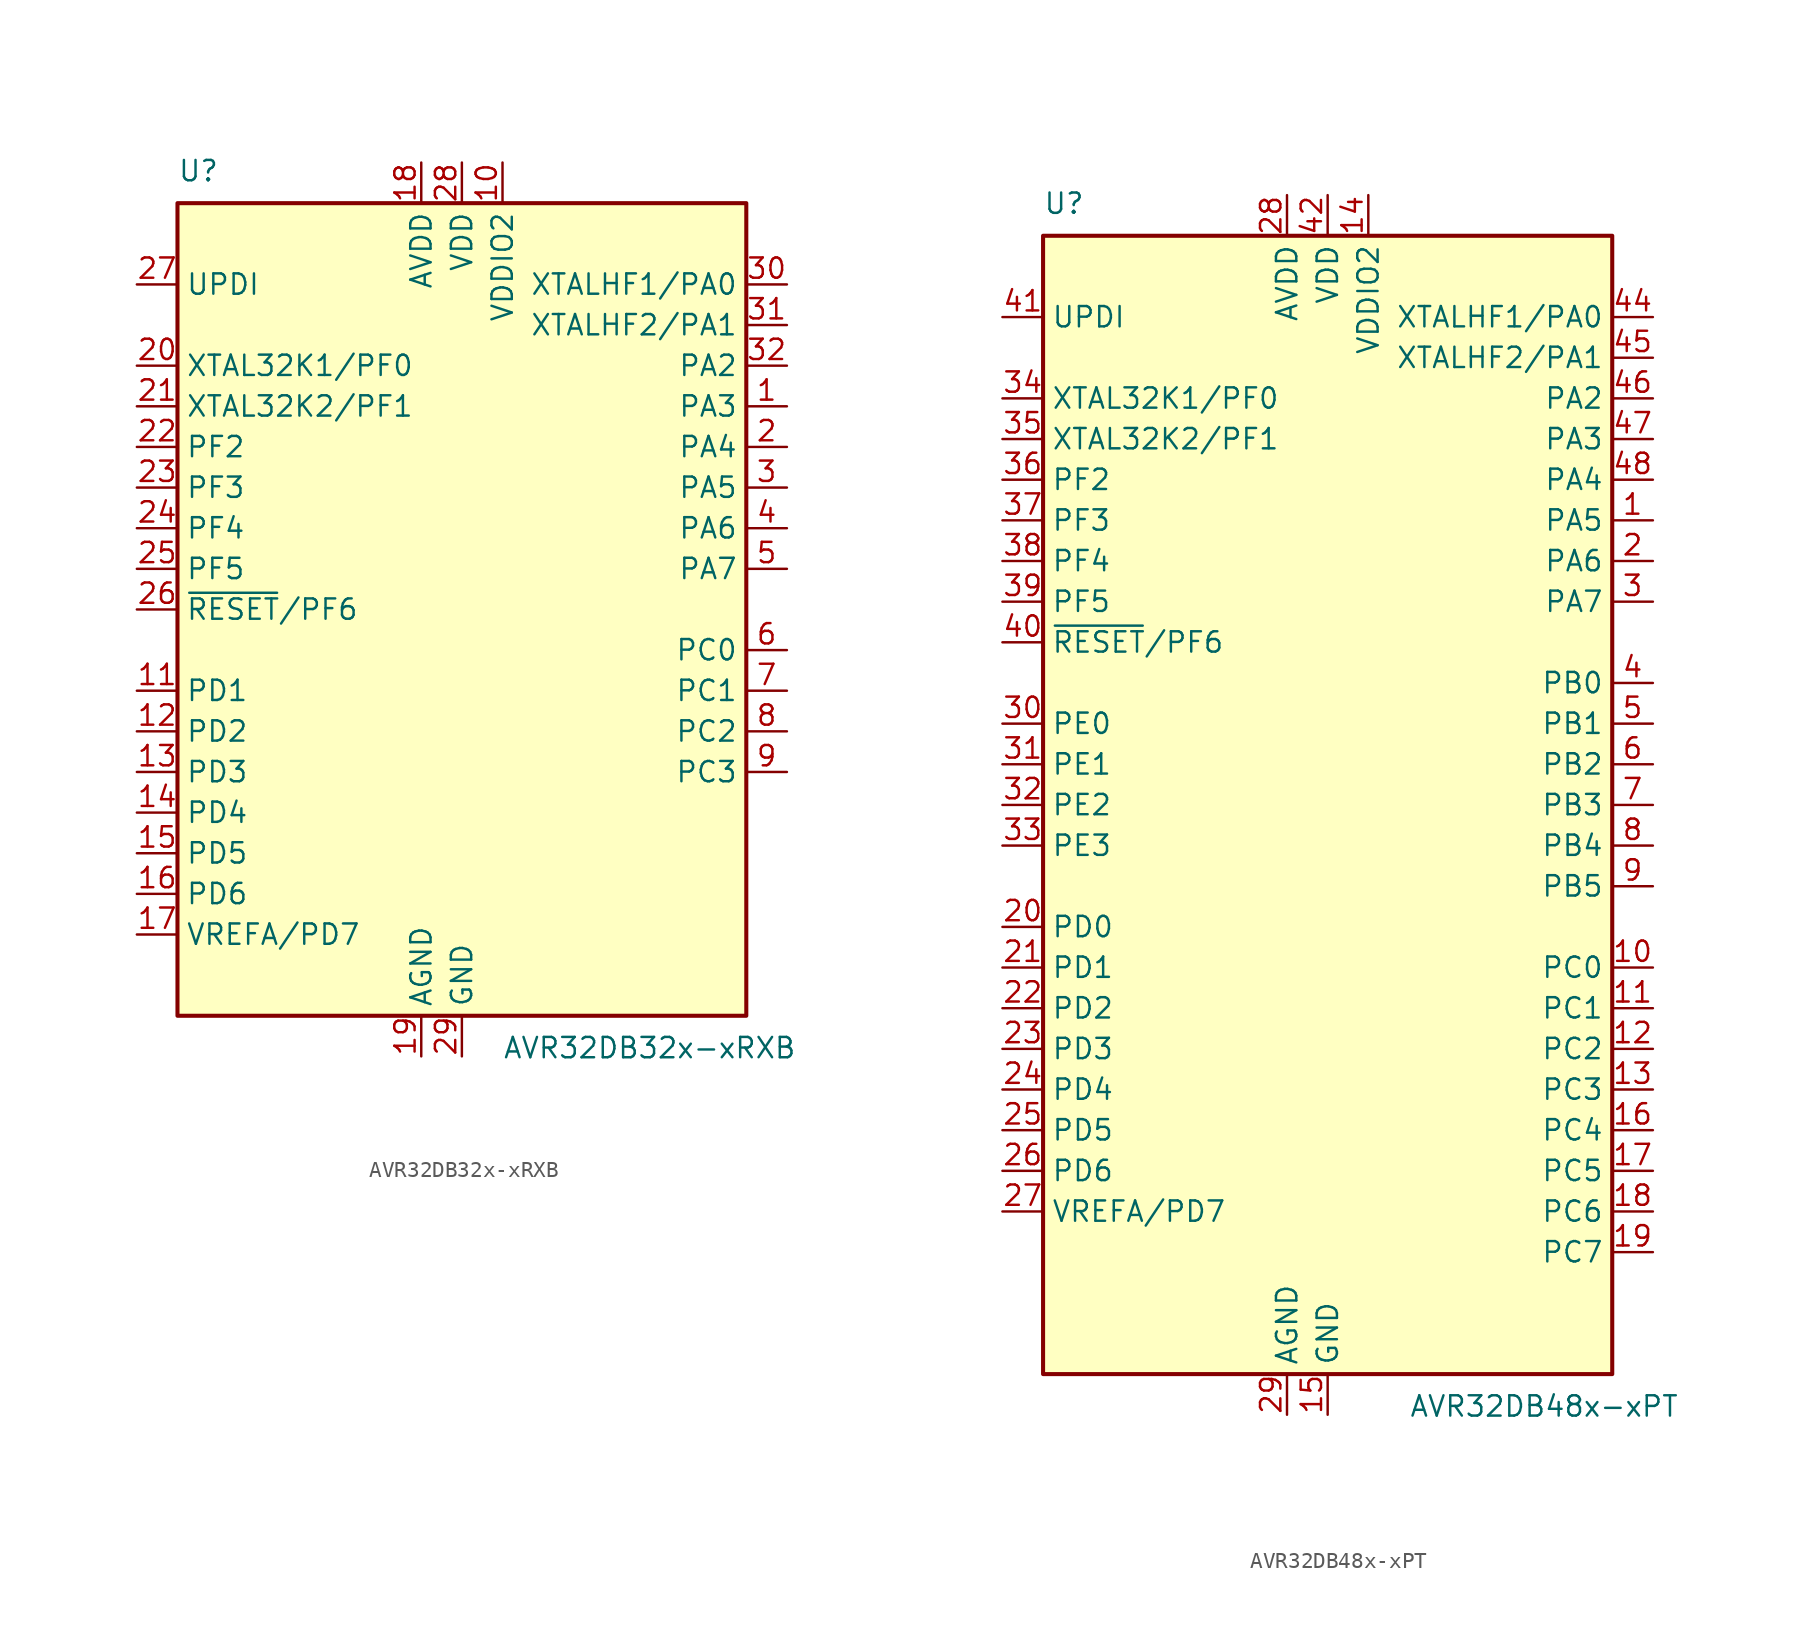
<source format=kicad_sym>
(kicad_symbol_lib
  (version 20241209)
  (generator "kicad_symbol_editor")
  (generator_version "9.0")
  (symbol "AVR32DB32x-xRXB"
    (property "Reference" "U"
      (at -17.78 26.67 0)
      (effects (font (size 1.27 1.27)) (justify left bottom)))
    (property "Value" "AVR32DB32x-xRXB"
      (at 2.54 -26.67 0)
      (effects (font (size 1.27 1.27)) (justify left top)))
    (symbol "AVR32DB32x-xRXB_0_1"
      (rectangle (start -17.78 25.4) (end 17.78 -25.4) (stroke (width 0.254) (type default)) (fill (type background))))
    (symbol "AVR32DB32x-xRXB_1_1"
      (pin input line (at -20.32 20.32 0) (length 2.54) (name "UPDI" (effects (font (size 1.27 1.27)))) (number "27" (effects (font (size 1.27 1.27)))))
      (pin bidirectional line (at -20.32 15.24 0) (length 2.54) (name "XTAL32K1/PF0" (effects (font (size 1.27 1.27)))) (number "20" (effects (font (size 1.27 1.27)))))
      (pin bidirectional line (at -20.32 12.7 0) (length 2.54) (name "XTAL32K2/PF1" (effects (font (size 1.27 1.27)))) (number "21" (effects (font (size 1.27 1.27)))))
      (pin bidirectional line (at -20.32 10.16 0) (length 2.54) (name "PF2" (effects (font (size 1.27 1.27)))) (number "22" (effects (font (size 1.27 1.27)))))
      (pin bidirectional line (at -20.32 7.62 0) (length 2.54) (name "PF3" (effects (font (size 1.27 1.27)))) (number "23" (effects (font (size 1.27 1.27)))))
      (pin bidirectional line (at -20.32 5.08 0) (length 2.54) (name "PF4" (effects (font (size 1.27 1.27)))) (number "24" (effects (font (size 1.27 1.27)))))
      (pin bidirectional line (at -20.32 2.54 0) (length 2.54) (name "PF5" (effects (font (size 1.27 1.27)))) (number "25" (effects (font (size 1.27 1.27)))))
      (pin input line (at -20.32 0 0) (length 2.54) (name "~{RESET}/PF6" (effects (font (size 1.27 1.27)))) (number "26" (effects (font (size 1.27 1.27)))))
      (pin bidirectional line (at -20.32 -5.08 0) (length 2.54) (name "PD1" (effects (font (size 1.27 1.27)))) (number "11" (effects (font (size 1.27 1.27)))))
      (pin bidirectional line (at -20.32 -7.62 0) (length 2.54) (name "PD2" (effects (font (size 1.27 1.27)))) (number "12" (effects (font (size 1.27 1.27)))))
      (pin bidirectional line (at -20.32 -10.16 0) (length 2.54) (name "PD3" (effects (font (size 1.27 1.27)))) (number "13" (effects (font (size 1.27 1.27)))))
      (pin bidirectional line (at -20.32 -12.7 0) (length 2.54) (name "PD4" (effects (font (size 1.27 1.27)))) (number "14" (effects (font (size 1.27 1.27)))))
      (pin bidirectional line (at -20.32 -15.24 0) (length 2.54) (name "PD5" (effects (font (size 1.27 1.27)))) (number "15" (effects (font (size 1.27 1.27)))))
      (pin bidirectional line (at -20.32 -17.78 0) (length 2.54) (name "PD6" (effects (font (size 1.27 1.27)))) (number "16" (effects (font (size 1.27 1.27)))))
      (pin bidirectional line (at -20.32 -20.32 0) (length 2.54) (name "VREFA/PD7" (effects (font (size 1.27 1.27)))) (number "17" (effects (font (size 1.27 1.27)))))
      (pin power_in line (at -2.54 27.94 270) (length 2.54) (name "AVDD" (effects (font (size 1.27 1.27)))) (number "18" (effects (font (size 1.27 1.27)))))
      (pin power_in line (at -2.54 -27.94 90) (length 2.54) (name "AGND" (effects (font (size 1.27 1.27)))) (number "19" (effects (font (size 1.27 1.27)))))
      (pin power_in line (at 0 27.94 270) (length 2.54) (name "VDD" (effects (font (size 1.27 1.27)))) (number "28" (effects (font (size 1.27 1.27)))))
      (pin power_in line (at 0 -27.94 90) (length 2.54) (name "GND" (effects (font (size 1.27 1.27)))) (number "29" (effects (font (size 1.27 1.27)))))
      (pin passive line (at 0 -27.94 90) (length 2.54) (hide yes) (name "GND" (effects (font (size 1.27 1.27)))) (number "33" (effects (font (size 1.27 1.27)))))
      (pin power_in line (at 2.54 27.94 270) (length 2.54) (name "VDDIO2" (effects (font (size 1.27 1.27)))) (number "10" (effects (font (size 1.27 1.27)))))
      (pin bidirectional line (at 20.32 20.32 180) (length 2.54) (name "XTALHF1/PA0" (effects (font (size 1.27 1.27)))) (number "30" (effects (font (size 1.27 1.27)))))
      (pin bidirectional line (at 20.32 17.78 180) (length 2.54) (name "XTALHF2/PA1" (effects (font (size 1.27 1.27)))) (number "31" (effects (font (size 1.27 1.27)))))
      (pin bidirectional line (at 20.32 15.24 180) (length 2.54) (name "PA2" (effects (font (size 1.27 1.27)))) (number "32" (effects (font (size 1.27 1.27)))))
      (pin bidirectional line (at 20.32 12.7 180) (length 2.54) (name "PA3" (effects (font (size 1.27 1.27)))) (number "1" (effects (font (size 1.27 1.27)))))
      (pin bidirectional line (at 20.32 10.16 180) (length 2.54) (name "PA4" (effects (font (size 1.27 1.27)))) (number "2" (effects (font (size 1.27 1.27)))))
      (pin bidirectional line (at 20.32 7.62 180) (length 2.54) (name "PA5" (effects (font (size 1.27 1.27)))) (number "3" (effects (font (size 1.27 1.27)))))
      (pin bidirectional line (at 20.32 5.08 180) (length 2.54) (name "PA6" (effects (font (size 1.27 1.27)))) (number "4" (effects (font (size 1.27 1.27)))))
      (pin bidirectional line (at 20.32 2.54 180) (length 2.54) (name "PA7" (effects (font (size 1.27 1.27)))) (number "5" (effects (font (size 1.27 1.27)))))
      (pin bidirectional line (at 20.32 -2.54 180) (length 2.54) (name "PC0" (effects (font (size 1.27 1.27)))) (number "6" (effects (font (size 1.27 1.27)))))
      (pin bidirectional line (at 20.32 -5.08 180) (length 2.54) (name "PC1" (effects (font (size 1.27 1.27)))) (number "7" (effects (font (size 1.27 1.27)))))
      (pin bidirectional line (at 20.32 -7.62 180) (length 2.54) (name "PC2" (effects (font (size 1.27 1.27)))) (number "8" (effects (font (size 1.27 1.27)))))
      (pin bidirectional line (at 20.32 -10.16 180) (length 2.54) (name "PC3" (effects (font (size 1.27 1.27)))) (number "9" (effects (font (size 1.27 1.27)))))))
  (symbol "AVR32DB48x-xPT"
    (property "Reference" "U"
      (at -17.78 36.83 0)
      (effects (font (size 1.27 1.27)) (justify left bottom)))
    (property "Value" "AVR32DB48x-xPT"
      (at 5.08 -36.83 0)
      (effects (font (size 1.27 1.27)) (justify left top)))
    (symbol "AVR32DB48x-xPT_0_1"
      (rectangle (start -17.78 35.56) (end 17.78 -35.56) (stroke (width 0.254) (type default)) (fill (type background))))
    (symbol "AVR32DB48x-xPT_1_1"
      (pin input line (at -20.32 30.48 0) (length 2.54) (name "UPDI" (effects (font (size 1.27 1.27)))) (number "41" (effects (font (size 1.27 1.27)))))
      (pin bidirectional line (at -20.32 25.4 0) (length 2.54) (name "XTAL32K1/PF0" (effects (font (size 1.27 1.27)))) (number "34" (effects (font (size 1.27 1.27)))))
      (pin bidirectional line (at -20.32 22.86 0) (length 2.54) (name "XTAL32K2/PF1" (effects (font (size 1.27 1.27)))) (number "35" (effects (font (size 1.27 1.27)))))
      (pin bidirectional line (at -20.32 20.32 0) (length 2.54) (name "PF2" (effects (font (size 1.27 1.27)))) (number "36" (effects (font (size 1.27 1.27)))))
      (pin bidirectional line (at -20.32 17.78 0) (length 2.54) (name "PF3" (effects (font (size 1.27 1.27)))) (number "37" (effects (font (size 1.27 1.27)))))
      (pin bidirectional line (at -20.32 15.24 0) (length 2.54) (name "PF4" (effects (font (size 1.27 1.27)))) (number "38" (effects (font (size 1.27 1.27)))))
      (pin bidirectional line (at -20.32 12.7 0) (length 2.54) (name "PF5" (effects (font (size 1.27 1.27)))) (number "39" (effects (font (size 1.27 1.27)))))
      (pin bidirectional line (at -20.32 10.16 0) (length 2.54) (name "~{RESET}/PF6" (effects (font (size 1.27 1.27)))) (number "40" (effects (font (size 1.27 1.27)))))
      (pin bidirectional line (at -20.32 5.08 0) (length 2.54) (name "PE0" (effects (font (size 1.27 1.27)))) (number "30" (effects (font (size 1.27 1.27)))))
      (pin bidirectional line (at -20.32 2.54 0) (length 2.54) (name "PE1" (effects (font (size 1.27 1.27)))) (number "31" (effects (font (size 1.27 1.27)))))
      (pin bidirectional line (at -20.32 0 0) (length 2.54) (name "PE2" (effects (font (size 1.27 1.27)))) (number "32" (effects (font (size 1.27 1.27)))))
      (pin bidirectional line (at -20.32 -2.54 0) (length 2.54) (name "PE3" (effects (font (size 1.27 1.27)))) (number "33" (effects (font (size 1.27 1.27)))))
      (pin bidirectional line (at -20.32 -7.62 0) (length 2.54) (name "PD0" (effects (font (size 1.27 1.27)))) (number "20" (effects (font (size 1.27 1.27)))))
      (pin bidirectional line (at -20.32 -10.16 0) (length 2.54) (name "PD1" (effects (font (size 1.27 1.27)))) (number "21" (effects (font (size 1.27 1.27)))))
      (pin bidirectional line (at -20.32 -12.7 0) (length 2.54) (name "PD2" (effects (font (size 1.27 1.27)))) (number "22" (effects (font (size 1.27 1.27)))))
      (pin bidirectional line (at -20.32 -15.24 0) (length 2.54) (name "PD3" (effects (font (size 1.27 1.27)))) (number "23" (effects (font (size 1.27 1.27)))))
      (pin bidirectional line (at -20.32 -17.78 0) (length 2.54) (name "PD4" (effects (font (size 1.27 1.27)))) (number "24" (effects (font (size 1.27 1.27)))))
      (pin bidirectional line (at -20.32 -20.32 0) (length 2.54) (name "PD5" (effects (font (size 1.27 1.27)))) (number "25" (effects (font (size 1.27 1.27)))))
      (pin bidirectional line (at -20.32 -22.86 0) (length 2.54) (name "PD6" (effects (font (size 1.27 1.27)))) (number "26" (effects (font (size 1.27 1.27)))))
      (pin bidirectional line (at -20.32 -25.4 0) (length 2.54) (name "VREFA/PD7" (effects (font (size 1.27 1.27)))) (number "27" (effects (font (size 1.27 1.27)))))
      (pin power_in line (at -2.54 38.1 270) (length 2.54) (name "AVDD" (effects (font (size 1.27 1.27)))) (number "28" (effects (font (size 1.27 1.27)))))
      (pin power_in line (at -2.54 -38.1 90) (length 2.54) (name "AGND" (effects (font (size 1.27 1.27)))) (number "29" (effects (font (size 1.27 1.27)))))
      (pin power_in line (at 0 38.1 270) (length 2.54) (name "VDD" (effects (font (size 1.27 1.27)))) (number "42" (effects (font (size 1.27 1.27)))))
      (pin power_in line (at 0 -38.1 90) (length 2.54) (name "GND" (effects (font (size 1.27 1.27)))) (number "15" (effects (font (size 1.27 1.27)))))
      (pin passive line (at 0 -38.1 90) (length 2.54) (hide yes) (name "GND" (effects (font (size 1.27 1.27)))) (number "43" (effects (font (size 1.27 1.27)))))
      (pin power_in line (at 2.54 38.1 270) (length 2.54) (name "VDDIO2" (effects (font (size 1.27 1.27)))) (number "14" (effects (font (size 1.27 1.27)))))
      (pin bidirectional line (at 20.32 30.48 180) (length 2.54) (name "XTALHF1/PA0" (effects (font (size 1.27 1.27)))) (number "44" (effects (font (size 1.27 1.27)))))
      (pin bidirectional line (at 20.32 27.94 180) (length 2.54) (name "XTALHF2/PA1" (effects (font (size 1.27 1.27)))) (number "45" (effects (font (size 1.27 1.27)))))
      (pin bidirectional line (at 20.32 25.4 180) (length 2.54) (name "PA2" (effects (font (size 1.27 1.27)))) (number "46" (effects (font (size 1.27 1.27)))))
      (pin bidirectional line (at 20.32 22.86 180) (length 2.54) (name "PA3" (effects (font (size 1.27 1.27)))) (number "47" (effects (font (size 1.27 1.27)))))
      (pin bidirectional line (at 20.32 20.32 180) (length 2.54) (name "PA4" (effects (font (size 1.27 1.27)))) (number "48" (effects (font (size 1.27 1.27)))))
      (pin bidirectional line (at 20.32 17.78 180) (length 2.54) (name "PA5" (effects (font (size 1.27 1.27)))) (number "1" (effects (font (size 1.27 1.27)))))
      (pin bidirectional line (at 20.32 15.24 180) (length 2.54) (name "PA6" (effects (font (size 1.27 1.27)))) (number "2" (effects (font (size 1.27 1.27)))))
      (pin bidirectional line (at 20.32 12.7 180) (length 2.54) (name "PA7" (effects (font (size 1.27 1.27)))) (number "3" (effects (font (size 1.27 1.27)))))
      (pin bidirectional line (at 20.32 7.62 180) (length 2.54) (name "PB0" (effects (font (size 1.27 1.27)))) (number "4" (effects (font (size 1.27 1.27)))))
      (pin bidirectional line (at 20.32 5.08 180) (length 2.54) (name "PB1" (effects (font (size 1.27 1.27)))) (number "5" (effects (font (size 1.27 1.27)))))
      (pin bidirectional line (at 20.32 2.54 180) (length 2.54) (name "PB2" (effects (font (size 1.27 1.27)))) (number "6" (effects (font (size 1.27 1.27)))))
      (pin bidirectional line (at 20.32 0 180) (length 2.54) (name "PB3" (effects (font (size 1.27 1.27)))) (number "7" (effects (font (size 1.27 1.27)))))
      (pin bidirectional line (at 20.32 -2.54 180) (length 2.54) (name "PB4" (effects (font (size 1.27 1.27)))) (number "8" (effects (font (size 1.27 1.27)))))
      (pin bidirectional line (at 20.32 -5.08 180) (length 2.54) (name "PB5" (effects (font (size 1.27 1.27)))) (number "9" (effects (font (size 1.27 1.27)))))
      (pin bidirectional line (at 20.32 -10.16 180) (length 2.54) (name "PC0" (effects (font (size 1.27 1.27)))) (number "10" (effects (font (size 1.27 1.27)))))
      (pin bidirectional line (at 20.32 -12.7 180) (length 2.54) (name "PC1" (effects (font (size 1.27 1.27)))) (number "11" (effects (font (size 1.27 1.27)))))
      (pin bidirectional line (at 20.32 -15.24 180) (length 2.54) (name "PC2" (effects (font (size 1.27 1.27)))) (number "12" (effects (font (size 1.27 1.27)))))
      (pin bidirectional line (at 20.32 -17.78 180) (length 2.54) (name "PC3" (effects (font (size 1.27 1.27)))) (number "13" (effects (font (size 1.27 1.27)))))
      (pin bidirectional line (at 20.32 -20.32 180) (length 2.54) (name "PC4" (effects (font (size 1.27 1.27)))) (number "16" (effects (font (size 1.27 1.27)))))
      (pin bidirectional line (at 20.32 -22.86 180) (length 2.54) (name "PC5" (effects (font (size 1.27 1.27)))) (number "17" (effects (font (size 1.27 1.27)))))
      (pin bidirectional line (at 20.32 -25.4 180) (length 2.54) (name "PC6" (effects (font (size 1.27 1.27)))) (number "18" (effects (font (size 1.27 1.27)))))
      (pin bidirectional line (at 20.32 -27.94 180) (length 2.54) (name "PC7" (effects (font (size 1.27 1.27)))) (number "19" (effects (font (size 1.27 1.27))))))))
</source>
